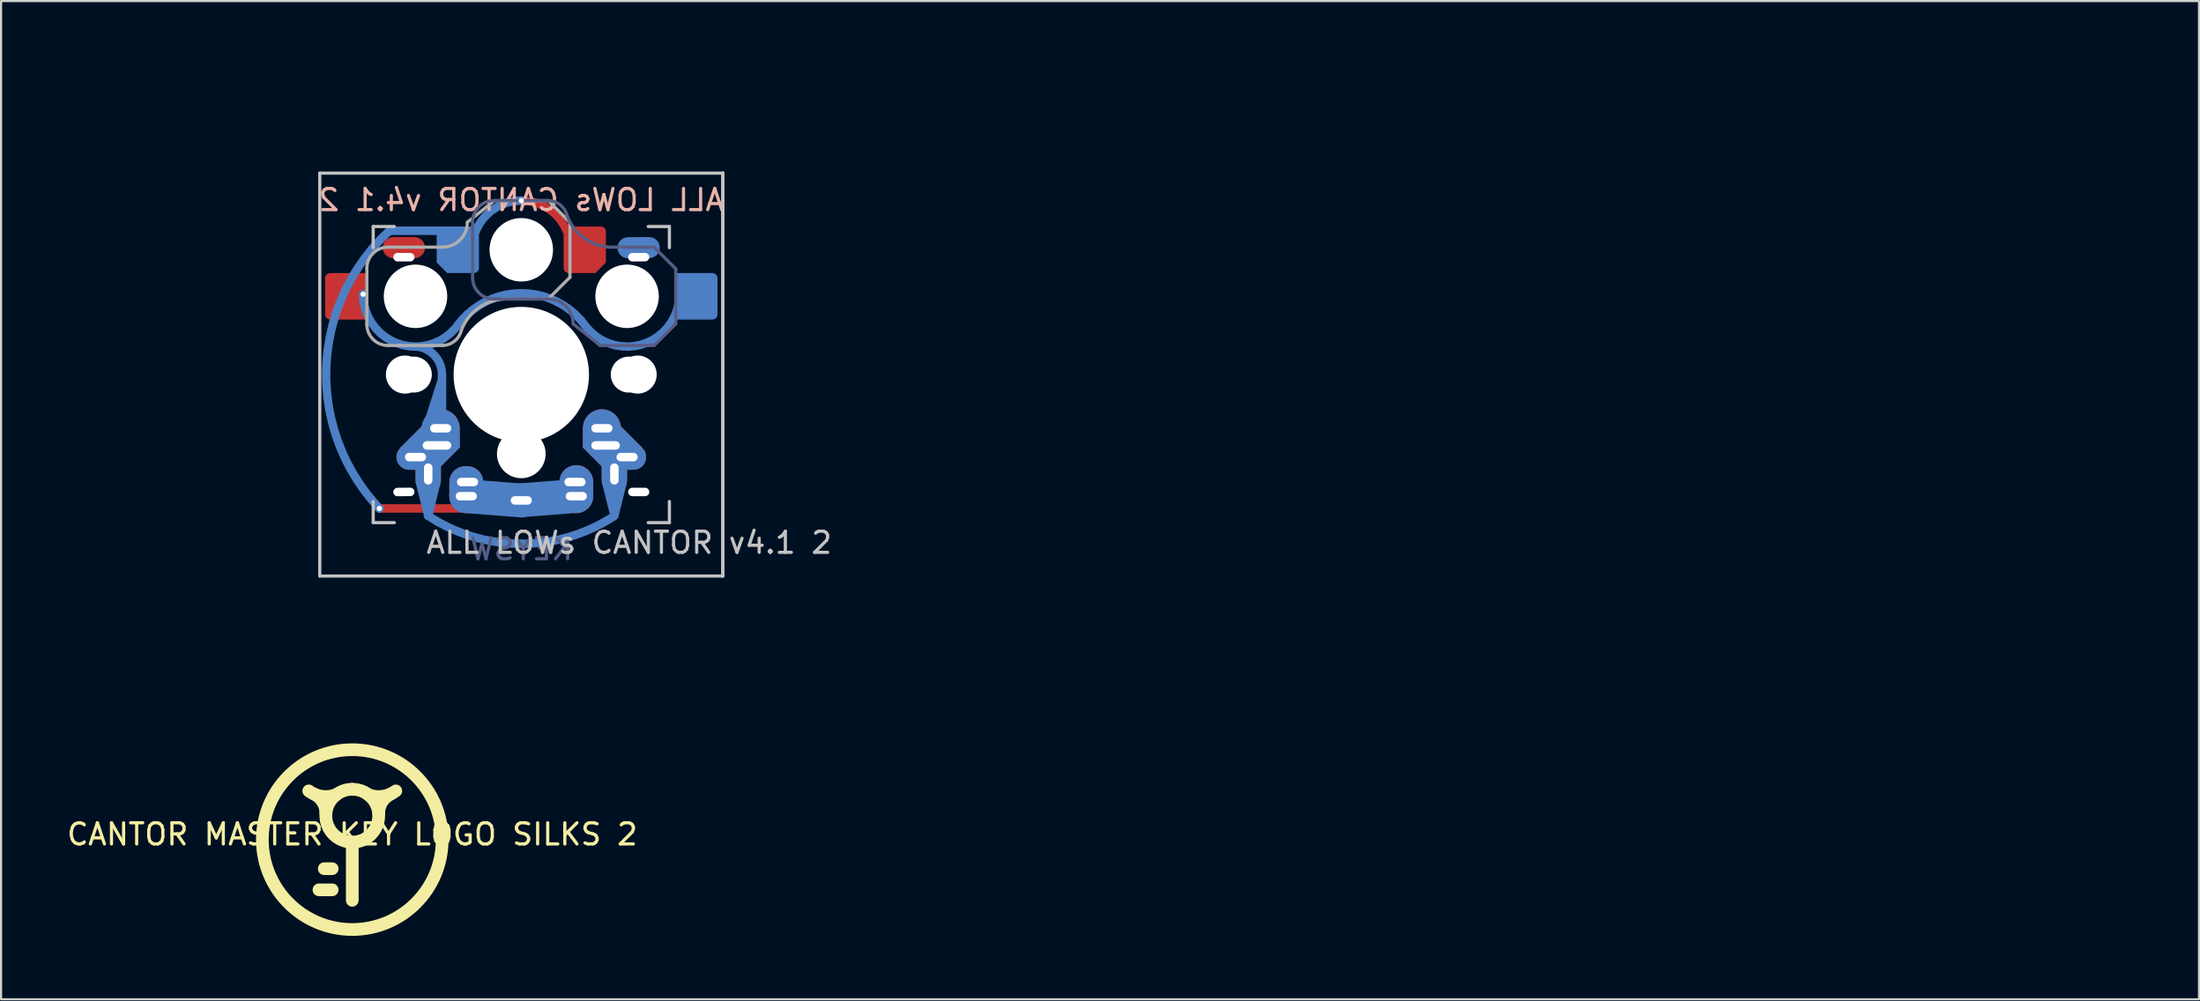
<source format=kicad_pcb>
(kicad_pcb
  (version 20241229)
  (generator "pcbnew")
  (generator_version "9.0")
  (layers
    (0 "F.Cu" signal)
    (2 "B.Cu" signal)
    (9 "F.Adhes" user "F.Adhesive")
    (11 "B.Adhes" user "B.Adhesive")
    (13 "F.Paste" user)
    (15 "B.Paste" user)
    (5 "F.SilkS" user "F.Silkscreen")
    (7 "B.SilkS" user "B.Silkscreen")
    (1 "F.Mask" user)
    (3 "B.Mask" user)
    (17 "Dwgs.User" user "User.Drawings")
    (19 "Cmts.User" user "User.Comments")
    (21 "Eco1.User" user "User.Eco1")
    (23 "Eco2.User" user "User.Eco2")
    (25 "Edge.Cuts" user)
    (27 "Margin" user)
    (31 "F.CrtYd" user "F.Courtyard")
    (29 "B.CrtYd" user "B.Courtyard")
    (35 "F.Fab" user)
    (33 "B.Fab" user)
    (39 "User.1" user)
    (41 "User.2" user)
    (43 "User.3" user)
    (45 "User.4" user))
  (footprint "ALL LOWs CANTOR v4.1 2"
    (layer "F.Cu")
    (at 21.59 14.66)
    (property "Reference" "ALL LOWs CANTOR v4.1 2" (at 5.1 7.95 180) (layer "Dwgs.User") (effects (font (size 1 1) (thickness 0.15))))
    (property "Value" "KEYSW" (at 0 7.9 180) (layer "Dwgs.User") (hide yes) (effects (font (size 1 1) (thickness 0.15))))
    (attr through_hole)
    (fp_line (start -4.015 5.105) (end -4.405 6.675) (stroke (width 0.4) (type solid)) (layer "B.Cu"))
    (fp_line (start -9.525 -9.525) (end 9.525 -9.525) (stroke (width 0.15) (type solid)) (layer "Dwgs.User"))
    (fp_line (start -9.525 9.525) (end -9.525 -9.525) (stroke (width 0.15) (type solid)) (layer "Dwgs.User"))
    (fp_line (start -7 -7) (end -6 -7) (stroke (width 0.15) (type solid)) (layer "Dwgs.User"))
    (fp_line (start -7 -6) (end -7 -7) (stroke (width 0.15) (type solid)) (layer "Dwgs.User"))
    (fp_line (start -7 7) (end -7 6) (stroke (width 0.15) (type solid)) (layer "Dwgs.User"))
    (fp_line (start -6 7) (end -7 7) (stroke (width 0.15) (type solid)) (layer "Dwgs.User"))
    (fp_line (start 6 7) (end 7 7) (stroke (width 0.15) (type solid)) (layer "Dwgs.User"))
    (fp_line (start 7 -7) (end 6 -7) (stroke (width 0.15) (type solid)) (layer "Dwgs.User"))
    (fp_line (start 7 -6) (end 7 -7) (stroke (width 0.15) (type solid)) (layer "Dwgs.User"))
    (fp_line (start 7 7) (end 7 6) (stroke (width 0.15) (type solid)) (layer "Dwgs.User"))
    (fp_line (start 9.525 -9.525) (end 9.525 9.525) (stroke (width 0.15) (type solid)) (layer "Dwgs.User"))
    (fp_line (start 9.525 -9.525) (end 9.525 9.525) (stroke (width 0.15) (type solid)) (layer "Dwgs.User"))
    (fp_line (start 9.525 9.525) (end -9.525 9.525) (stroke (width 0.15) (type solid)) (layer "Dwgs.User"))
    (fp_line (start -2.3 -4.575) (end -2.3 -7.225) (stroke (width 0.15) (type solid)) (layer "B.Fab"))
    (fp_line (start -1.3 -8.225) (end 1.3 -8.225) (stroke (width 0.15) (type solid)) (layer "B.Fab"))
    (fp_line (start -1.3 -3.575) (end 1.275 -3.575) (stroke (width 0.15) (type solid)) (layer "B.Fab"))
    (fp_line (start 3.725 -1.375) (end 2.45 -2.4) (stroke (width 0.15) (type solid)) (layer "B.Fab"))
    (fp_line (start 3.725 -1.375) (end 6.275 -1.375) (stroke (width 0.15) (type solid)) (layer "B.Fab"))
    (fp_line (start 4.3 -6.025) (end 6.275 -6.025) (stroke (width 0.15) (type solid)) (layer "B.Fab"))
    (fp_line (start 7.3 -5) (end 6.275 -6.025) (stroke (width 0.15) (type solid)) (layer "B.Fab"))
    (fp_line (start 7.3 -2.4) (end 6.275 -1.375) (stroke (width 0.15) (type solid)) (layer "B.Fab"))
    (fp_line (start 7.3 -2.4) (end 7.3 -5) (stroke (width 0.15) (type solid)) (layer "B.Fab"))
    (fp_arc (start -2.3 -7.225) (mid -2.007107 -7.932107) (end -1.3 -8.225) (stroke (width 0.15) (type solid)) (layer "B.Fab"))
    (fp_arc (start -1.3 -3.575) (mid -2.007107 -3.867893) (end -2.3 -4.575) (stroke (width 0.15) (type solid)) (layer "B.Fab"))
    (fp_arc (start 1.275 -3.575) (mid 2.10585 -3.23085) (end 2.45 -2.4) (stroke (width 0.15) (type solid)) (layer "B.Fab"))
    (fp_arc (start 1.300995 -8.223791) (mid 1.848286 -8.016021) (end 2.162199 -7.521904) (stroke (width 0.15) (type solid)) (layer "B.Fab"))
    (fp_arc (start 4.3 -6.025) (mid 2.995114 -6.436429) (end 2.162199 -7.521904) (stroke (width 0.15) (type solid)) (layer "B.Fab"))
    (fp_line (start -7.3 -5.025) (end -7.3 -2.375) (stroke (width 0.15) (type solid)) (layer "F.Fab"))
    (fp_line (start -6.3 -6.025) (end -3.725 -6.025) (stroke (width 0.15) (type solid)) (layer "F.Fab"))
    (fp_line (start -6.3 -1.375) (end -3.7 -1.375) (stroke (width 0.15) (type solid)) (layer "F.Fab"))
    (fp_line (start -1.275 -8.225) (end -2.55 -7.2) (stroke (width 0.15) (type solid)) (layer "F.Fab"))
    (fp_line (start -1.275 -8.225) (end 1.275 -8.225) (stroke (width 0.15) (type solid)) (layer "F.Fab"))
    (fp_line (start -0.7 -3.575) (end 1.275 -3.575) (stroke (width 0.15) (type solid)) (layer "F.Fab"))
    (fp_line (start 2.3 -7.2) (end 1.275 -8.225) (stroke (width 0.15) (type solid)) (layer "F.Fab"))
    (fp_line (start 2.3 -7.2) (end 2.3 -4.6) (stroke (width 0.15) (type solid)) (layer "F.Fab"))
    (fp_line (start 2.3 -4.6) (end 1.275 -3.575) (stroke (width 0.15) (type solid)) (layer "F.Fab"))
    (fp_arc (start -7.3 -5.025) (mid -7.007107 -5.732107) (end -6.3 -6.025) (stroke (width 0.15) (type solid)) (layer "F.Fab"))
    (fp_arc (start -6.3 -1.375) (mid -7.007107 -1.667893) (end -7.3 -2.375) (stroke (width 0.15) (type solid)) (layer "F.Fab"))
    (fp_arc (start -2.837801 -2.078096) (mid -3.151717 -1.583981) (end -3.699005 -1.376209) (stroke (width 0.15) (type solid)) (layer "F.Fab"))
    (fp_arc (start -2.837801 -2.078096) (mid -2.004887 -3.163571) (end -0.7 -3.575) (stroke (width 0.15) (type solid)) (layer "F.Fab"))
    (fp_arc (start -2.55 -7.2) (mid -2.89415 -6.36915) (end -3.725 -6.025) (stroke (width 0.15) (type solid)) (layer "F.Fab"))
    (fp_line (start -2.61 5.73) (end 2.54 11.43) (stroke (width 0.12) (type default)) (layer "User.1"))
    (fp_line (start 2.54 11.43) (end 4.4 4.73) (stroke (width 0.12) (type default)) (layer "User.1"))
    (fp_line (start -0.03 5.93) (end 11.43 0) (stroke (width 0.12) (type default)) (layer "User.2"))
    (fp_line (start 5.35 -11.66) (end 4.96 -5.13) (stroke (width 0.12) (type default)) (layer "User.2"))
    (fp_line (start 11.43 0) (end 5.15 3.9) (stroke (width 0.12) (type default)) (layer "User.2"))
    (fp_line (start 4.52 3.21) (end 11.11 -2.72) (stroke (width 0.12) (type default)) (layer "User.4"))
    (fp_line (start 11.11 -2.72) (end -0.13 5.88) (stroke (width 0.12) (type default)) (layer "User.4"))
    (fp_line (start 11.55 8.13) (end 0 5.93) (stroke (width 0.12) (type default)) (layer "User.6"))
    (fp_line (start 11.55 8.13) (end 3.48 3.24) (stroke (width 0.12) (type default)) (layer "User.6"))
    (fp_line (start 3.85 2.49) (end 10.8 3.76) (stroke (width 0.12) (type default)) (layer "User.9"))
    (fp_line (start 10.855 3.785) (end -2.51 5.05) (stroke (width 0.12) (type default)) (layer "User.9"))
    (fp_text user "${REFERENCE}" (at 0 -8.255 0) (layer "B.SilkS") (effects (font (size 1 1) (thickness 0.15)) (justify mirror)))
    (fp_text user "${VALUE}" (at 0 8.255 0) (layer "B.Fab") (effects (font (size 1 1) (thickness 0.15)) (justify mirror)))
    (fp_text user "4.4X, 4.7Y (90rot)  | -2.6X, 5.75Y" (at -5.23 14.19 0) (unlocked yes) (layer "User.1") (effects (font (size 1 1) (thickness 0.15)) (justify left bottom)))
    (fp_text user "GateronLowProfile (KS-27)" (at -5.08 12.7 0) (unlocked yes) (layer "User.1") (effects (font (size 1 1) (thickness 0.15)) (justify left bottom)))
    (fp_text user "Y3.8 X5 - Y5.9 X0" (at 11.56 1.96 0) (unlocked yes) (layer "User.2") (effects (font (size 1 1) (thickness 0.15)) (justify left bottom)))
    (fp_text user "Kailh Choc V1 (PG1350) & V2  (PG1353)" (at 11.46 0.43 0) (unlocked yes) (layer "User.2") (effects (font (size 1 1) (thickness 0.15)) (justify left bottom)))
    (fp_text user "5X, -5.15Y (INCREASED TO 5.5 - Datasheet is wrong!!!)" (at 5.12 -11.83 0) (unlocked yes) (layer "User.2") (effects (font (size 1 1) (thickness 0.15)) (justify left bottom)))
    (fp_text user "Kailh Choc V2 Only" (at 4.92 -13.21 0) (unlocked yes) (layer "User.2") (effects (font (size 1 1) (thickness 0.15)) (justify left bottom)))
    (fp_text user "Kailh Choc V1" (at -21.59 0 0) (unlocked yes) (layer "User.2") (effects (font (size 1 1) (thickness 0.15)) (justify left bottom)))
    (fp_text user "Kailh Choc V2" (at 11.43 0 0) (unlocked yes) (layer "User.2") (effects (font (size 1 1) (thickness 0.15)) (justify left bottom)))
    (fp_text user "5X, -5.15Y" (at 5.12 -11.83 0) (unlocked yes) (layer "User.2") (effects (font (size 1 1) (thickness 0.15)) (justify left bottom)))
    (fp_text user "5X, -5.15Y (INCREASED TO 5.45 TO AVOID HS-SOCKETS)" (at 5.12 -11.83 0) (unlocked yes) (layer "User.2") (effects (font (size 1 1) (thickness 0.15)) (justify left bottom)))
    (fp_text user "5X, -5.15Y (INCREASED TO 5.55/5.55 - Datasheet is wrong!!!)" (at 5.12 -11.83 0) (unlocked yes) (layer "User.2") (effects (font (size 1 1) (thickness 0.15)) (justify left bottom)))
    (fp_text user "& TTC Low Profile (KS32)" (at 11.24 -3.92 0) (unlocked yes) (layer "User.4") (effects (font (size 1 1) (thickness 0.15)) (justify left bottom)))
    (fp_text user "Made hole wider to fit both Red dragon and cherry mx" (at 15.367 -1.397 0) (unlocked yes) (layer "User.4") (effects (font (size 1 1) (thickness 0.15)) (justify left bottom)))
    (fp_text user "0X, -6Y, | 4.15X, -3.35Y" (at 11.18 -2.58 0) (unlocked yes) (layer "User.4") (effects (font (size 1 1) (thickness 0.15)) (justify left bottom)))
    (fp_text user "Cherry MX Low profile" (at 11.24 -5.46 0) (unlocked yes) (layer "User.4") (effects (font (size 1 1) (thickness 0.15)) (justify left bottom)))
    (fp_text user "RedDragon MX Low profile (No datasheet - best guess - combined with MX CHerry" (at 11.48 8.6 0) (unlocked yes) (layer "User.6") (effects (font (size 1 1) (thickness 0.15)) (justify left bottom)))
    (fp_text user "0X, -6Y | 3.81X, 3.35Y" (at 11.39 10.01 0) (unlocked yes) (layer "User.6") (effects (font (size 1 1) (thickness 0.15)) (justify left bottom)))
    (fp_text user "MX Origional (full size)" (at 11.15 4.16 0) (unlocked yes) (layer "User.9") (effects (font (size 1 1) (thickness 0.15)) (justify left bottom)))
    (fp_text user "3.81X, 2.54Y | -2.54X, 5.08Y" (at 11.31 5.79 0) (unlocked yes) (layer "User.9") (effects (font (size 1 1) (thickness 0.15)) (justify left bottom)))
    (pad "" np_thru_hole roundrect (at -5.55 -5.55) (size 2 1) (drill oval 1 0.4 (offset 0 -0.45)) (layers "F.Cu" "F.Mask") (roundrect_rratio 0.5) (chamfer_ratio 0.15) (chamfer))
    (pad "" np_thru_hole oval (at -5.55 5.55 0.5) (size 1 0.4) (drill oval 1 0.4) (layers "B.Cu" "B.Mask"))
    (pad "" np_thru_hole circle (at -5.5 0 90) (size 1.8 1.8) (drill 1.8) (layers "*.Cu" "*.Mask"))
    (pad "" np_thru_hole circle (at -5.08 0) (size 1.7 1.7) (drill 1.7) (layers "*.Cu" "*.Mask"))
    (pad "" np_thru_hole circle (at -5 -3.7 90) (size 3 3) (drill 3) (layers "*.Cu" "*.Mask"))
    (pad "" np_thru_hole circle (at 0 -5.9 270) (size 3 3) (drill 3) (layers "*.Cu" "*.Mask"))
    (pad "" np_thru_hole circle (at 0 0 270) (size 4.8 4.8) (drill 4.8) (layers "*.Cu" "*.Mask"))
    (pad "" np_thru_hole circle (at 0 0 90) (size 6.4 6.4) (drill 6.4) (layers "*.Cu" "*.Mask"))
    (pad "" np_thru_hole circle (at 0 3.75 270) (size 2.3 2.3) (drill 2.3) (layers "*.Cu" "*.Mask"))
    (pad "" np_thru_hole circle (at 5 -3.7 270) (size 3 3) (drill 3) (layers "*.Cu" "*.Mask"))
    (pad "" np_thru_hole circle (at 5.08 0) (size 1.7 1.7) (drill 1.7) (layers "*.Cu" "*.Mask"))
    (pad "" np_thru_hole circle (at 5.5 0 90) (size 1.8 1.8) (drill 1.8) (layers "*.Cu" "*.Mask"))
    (pad "" np_thru_hole roundrect (at 5.55 -5.55 0.5) (size 2 1) (drill oval 1 0.4 (offset 0 -0.45)) (layers "B.Cu" "B.Mask") (roundrect_rratio 0.5) (chamfer_ratio 0.15) (chamfer))
    (pad "" np_thru_hole oval (at 5.55 5.55) (size 1 0.4) (drill oval 1 0.4) (layers "F.Cu" "F.Mask"))
    (pad "1" smd roundrect (at -8.275 -3.7) (size 2 2.2) (layers "F.Cu" "F.Mask" "F.Paste") (roundrect_rratio 0.12) (chamfer_ratio 0) (chamfer top_right bottom_right))
    (pad "1" thru_hole circle (at -7.475 -3.8) (size 0.4 0.4) (drill 0.25) (layers "*.Cu"))
    (pad "1" smd custom (at -7.475 -3.8) (size 0.4 0.4) (layers "B.Cu") (options (anchor circle)) (primitives (gr_arc (start 4.464509 1.472236) (mid 1.69989 2.350496) (end 0 0) (width 0.4)) (gr_arc (start 2.465 2.470001) (mid 3.364573 2.886914) (end 3.726803 3.809865) (width 0.4)) (gr_line (start 3.725 4.04) (end 3.015 6.27) (width 0.4)) (gr_line (start 3.538 5.832) (end 3.635 5.22) (width 0.4)) (gr_line (start 3.727 3.81) (end 3.727 6.33) (width 0.4)) (gr_arc (start 4.46451 1.472236) (mid 5.789366 0.355658) (end 7.475 -0.045128) (width 0.4))))
    (pad "1" thru_hole oval (at -5 3.9) (size 1.8 1.2) (drill oval 1 0.4) (layers "*.Cu" "F.Mask"))
    (pad "1" thru_hole roundrect (at -4.4 4.7 90) (size 1.8 1.2) (drill oval 1 0.4) (layers "*.Cu" "F.Mask") (roundrect_rratio 0.5) (chamfer_ratio 0) (chamfer top_right bottom_right))
    (pad "1" thru_hole roundrect (at -3.985 3.35 180) (size 2.8 2.1) (drill oval 1.35 0.4 (offset 0.325 -0.1)) (layers "*.Cu" "B.Mask") (roundrect_rratio 0.5) (chamfer_ratio 0.5) (chamfer top_left bottom_right))
    (pad "1" thru_hole roundrect (at -3.81 2.54 180) (size 1.8 1.8) (drill oval 1 0.4) (layers "*.Cu" "F.Mask") (roundrect_rratio 0.5) (chamfer_ratio 0) (chamfer top_left))
    (pad "1" smd custom (at 0 8) (size 0.4 0.4) (layers "B.Cu") (options (anchor circle)) (primitives (gr_arc (start 0 0) (mid -2.295027 -0.336264) (end -4.397121 -1.316788) (width 0.4)) (gr_line (start -4.395 -1.315) (end -4.785 -2.885) (width 0.4)) (gr_line (start -4.4 -3.3) (end -4.4 -1.32) (width 0.4))))
    (pad "1" smd custom (at 0 8) (size 0.4 0.4) (layers "B.Cu") (options (anchor circle)) (primitives (gr_arc (start 4.397121 -1.316788) (mid 2.295027 -0.336264) (end 0 0) (width 0.4)) (gr_line (start 4.015 -2.905) (end 4.405 -1.335) (width 0.4)) (gr_line (start 4.4 -1.32) (end 4.4 -3.3) (width 0.4)) (gr_line (start 4.785 -2.885) (end 4.395 -1.315) (width 0.4))))
    (pad "1" thru_hole roundrect (at 3.81 2.54 180) (size 1.8 1.8) (drill oval 1 0.4) (layers "*.Cu" "B.Mask") (roundrect_rratio 0.5) (chamfer_ratio 0) (chamfer top_right))
    (pad "1" thru_hole roundrect (at 3.985 3.35 180) (size 2.8 2.1) (drill oval 1.35 0.4 (offset -0.325 -0.1)) (layers "*.Cu" "B.Mask") (roundrect_rratio 0.5) (chamfer_ratio 0.5) (chamfer top_right bottom_left))
    (pad "1" thru_hole roundrect (at 4.4 4.7 90) (size 1.8 1.2) (drill oval 1 0.4) (layers "*.Cu" "B.Mask") (roundrect_rratio 0.5) (chamfer_ratio 0) (chamfer top_right bottom_right))
    (pad "1" thru_hole oval (at 5 3.9) (size 1.8 1.2) (drill oval 1 0.4) (layers "*.Cu" "B.Mask"))
    (pad "1" smd custom (at 7.475 -3.8) (size 0.4 0.4) (layers "B.Cu") (options (anchor circle)) (primitives (gr_arc (start 0 0) (mid -1.69989 2.350497) (end -4.464509 1.472236) (width 0.4)) (gr_arc (start -7.475 -0.045128) (mid -5.789366 0.355658) (end -4.46451 1.472236) (width 0.4))))
    (pad "1" smd roundrect (at 8.275 -3.7) (size 2 2.2) (layers "B.Cu" "B.Mask" "B.Paste") (roundrect_rratio 0.12) (chamfer_ratio 0) (chamfer top_left bottom_left))
    (pad "2" smd custom (at -6.71 6.33) (size 0.4 0.4) (layers "F.Cu") (options (anchor circle)) (primitives (gr_line (start 0 0) (end 4.12 0) (width 0.4))))
    (pad "2" thru_hole circle (at -6.706 6.331) (size 0.4 0.4) (drill 0.25) (layers "*.Cu"))
    (pad "2" smd custom (at -6.706 6.331) (size 0.4 0.4) (layers "B.Cu") (options (anchor circle)) (primitives (gr_arc (start 0 0) (mid -2.510423 -6.665184) (end 0.475939 -13.131136) (width 0.4)) (gr_line (start 3.121 -13.131) (end 0.476 -13.131) (width 0.4))))
    (pad "2" smd roundrect (at -3 -5.9) (size 2 2.2) (layers "B.Cu" "B.Mask" "B.Paste") (roundrect_rratio 0.12) (chamfer_ratio 0.25) (chamfer bottom_left))
    (pad "2" thru_hole circle (at -2.6 5.75 180) (size 1.6 1.6) (drill oval 1 0.4) (layers "*.Cu" "B.Mask"))
    (pad "2" thru_hole roundrect (at -2.54 5.08 180) (size 1.6 1.5) (drill oval 1 0.4 (offset 0.06 0)) (layers "*.Cu" "B.Mask") (roundrect_rratio 0.5) (chamfer_ratio 0.05) (chamfer top_left top_right))
    (pad "2" smd custom (at -1.814 5.623) (size 0.923 0.923) (layers "B.Cu") (options (anchor circle)) (primitives (gr_line (start 1.817 0.329) (end -0.786 0.127) (width 1.6)) (gr_line (start 4.386 0.118) (end 1.783 0.32) (width 1.6))))
    (pad "2" thru_hole circle (at -0.000002 -8.225) (size 0.4 0.4) (drill 0.25) (layers "*.Cu"))
    (pad "2" smd circle (at 0 -8.225) (size 0.4 0.4) (layers "B.Cu"))
    (pad "2" smd custom (at 0 -8.225) (size 0.4 0.4) (layers "F.Cu") (options (anchor circle)) (primitives (gr_arc (start 0 0) (mid 1.300418 0.397687) (end 2.155967 1.4547) (width 0.4))))
    (pad "2" smd custom (at 0 -8.225) (size 0.4 0.4) (layers "B.Cu") (options (anchor circle)) (primitives (gr_arc (start -2.155967 1.4547) (mid -1.300418 0.397687) (end 0 0) (width 0.4))))
    (pad "2" thru_hole circle (at 0 5.95) (size 1.6 1.6) (drill oval 1 0.4) (layers "*.Cu" "*.Mask"))
    (pad "2" thru_hole roundrect (at 2.54 5.08 180) (size 1.6 1.6) (drill oval 1 0.4 (offset -0.06 0)) (layers "*.Cu" "F.Mask") (roundrect_rratio 0.5) (chamfer_ratio 0.05) (chamfer top_left top_right))
    (pad "2" thru_hole circle (at 2.6 5.75 180) (size 1.6 1.6) (drill oval 1 0.4) (layers "*.Cu" "F.Mask"))
    (pad "2" smd roundrect (at 3 -5.9) (size 2 2.2) (layers "F.Cu" "F.Mask" "F.Paste") (roundrect_rratio 0.12) (chamfer_ratio 0.25) (chamfer bottom_right)))
  (footprint "CANTOR MASTER KEY LOGO SILKS 2"
    (layer "F.Cu")
    (at 13.601 36.897)
    (property "Reference" "CANTOR MASTER KEY LOGO SILKS 2" (at 0 -0.5 0) (unlocked yes) (layer "F.SilkS") (effects (font (size 1 1) (thickness 0.15))))
    (attr smd)
    (fp_line (start -0.95 1.125) (end -1.325 1.125) (stroke (width 0.6) (type default)) (layer "F.SilkS"))
    (fp_line (start -0.95 2.125) (end -1.575 2.125) (stroke (width 0.6) (type default)) (layer "F.SilkS"))
    (fp_line (start 0 -0.13) (end 0 2.62) (stroke (width 0.6) (type solid)) (layer "F.SilkS"))
    (fp_arc (start -1.802786 -2.404427) (mid -1.399349 -2.035731) (end -1.249999 -1.51) (stroke (width 0.6) (type solid)) (layer "F.SilkS"))
    (fp_arc (start -0.75 -2.38) (mid -1.426524 -2.295332) (end -2.057775 -2.552967) (stroke (width 0.6) (type solid)) (layer "F.SilkS"))
    (fp_arc (start 1.250001 -1.5) (mid 1.39935 -2.025731) (end 1.802787 -2.394426) (stroke (width 0.6) (type solid)) (layer "F.SilkS"))
    (fp_arc (start 2.057775 -2.552967) (mid 1.426524 -2.295332) (end 0.75 -2.38) (stroke (width 0.6) (type solid)) (layer "F.SilkS"))
    (fp_circle (center 0 -1.38) (end 1.25 -1.38) (stroke (width 0.6) (type solid)) (fill no) (layer "F.SilkS"))
    (fp_circle (center 0 -0.25) (end 4.25 -0.25) (stroke (width 0.6) (type default)) (fill no) (layer "F.SilkS"))
    (fp_poly (pts (xy 0.3 -2.63) (xy 0.282 -2.733) (xy 0.23 -2.823) (xy 0.15 -2.89) (xy 0.052 -2.925) (xy -0.052 -2.925) (xy -0.15 -2.89) (xy -0.23 -2.823) (xy -0.282 -2.733) (xy -0.3 -2.63) (xy -0.282 -2.527) (xy -0.23 -2.437) (xy -0.15 -2.37) (xy -0.052 -2.335) (xy 0.052 -2.335) (xy 0.15 -2.37) (xy 0.23 -2.437) (xy 0.282 -2.527) (xy 0.3 -2.63)) (stroke (width 0) (type solid)) (fill yes) (layer "F.SilkS")))
  (gr_rect
    (start -3 -3)
    (end 100.891 44.197)
    (stroke (width 0.1) (type default))
    (fill no)
    (layer "Edge.Cuts")))
</source>
